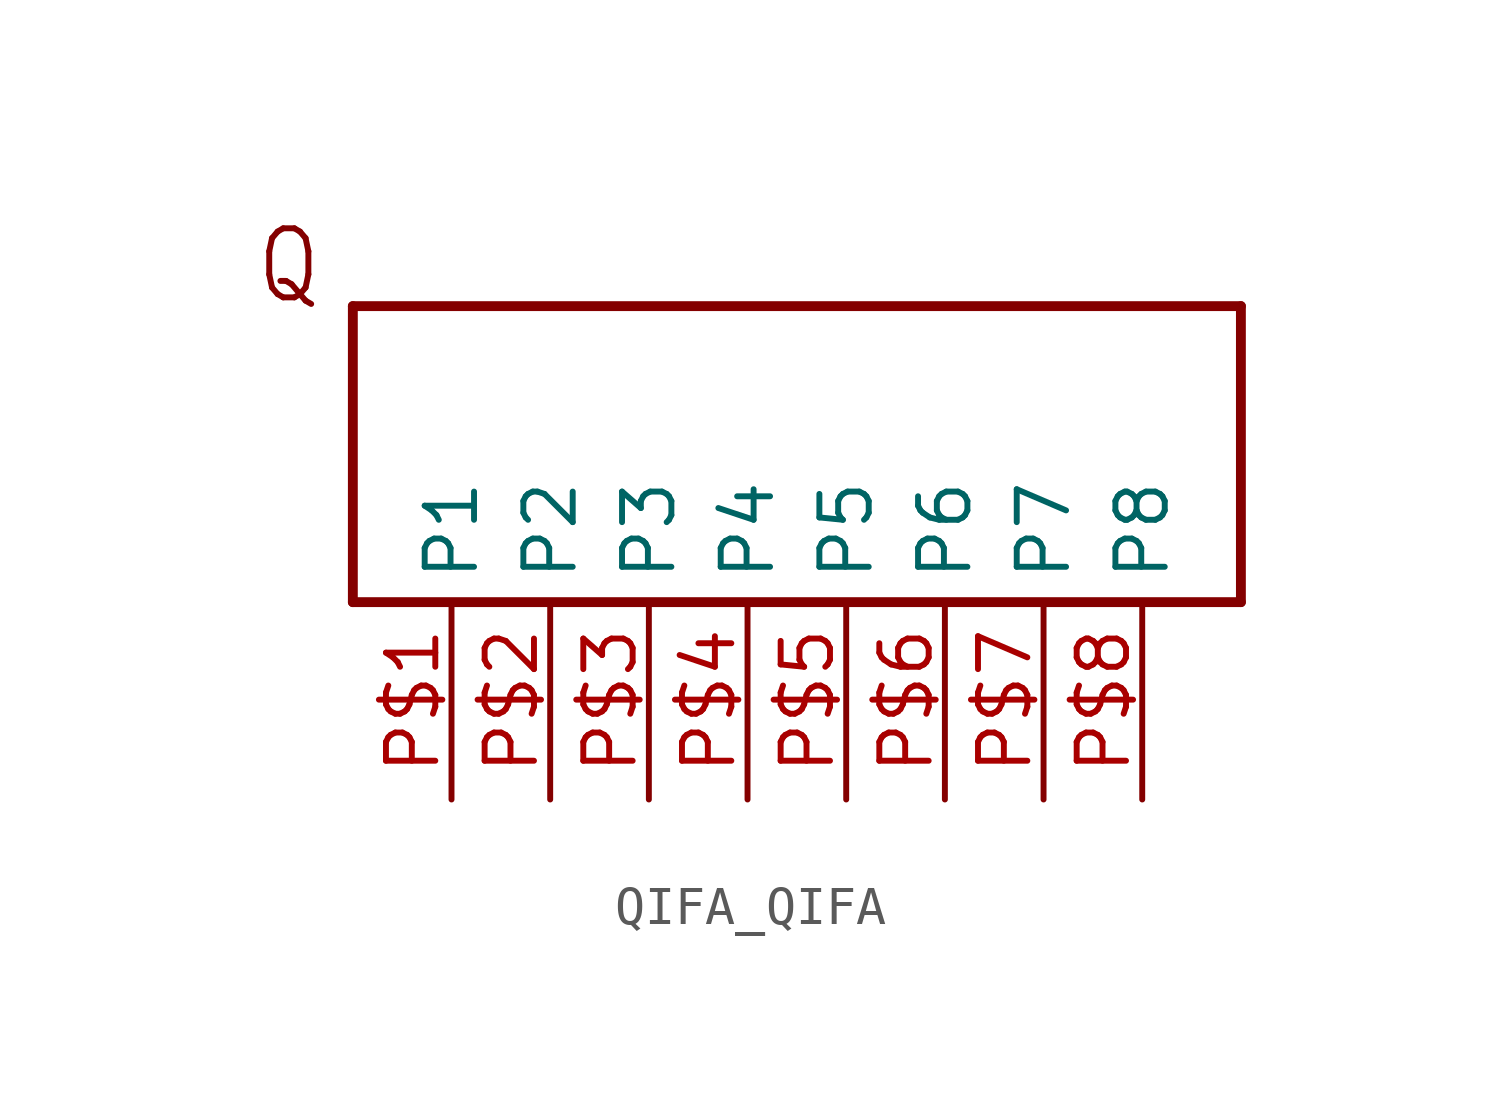
<source format=kicad_sym>
(kicad_symbol_lib
  (version 20211014)
  (generator kicad_symbol_editor)
  (symbol "QIFA_QIFA"
    (property "Reference" ""
      (at 0 0 0)
      (effects (font (size 1.27 1.27)) hide))
    (property "ki_locked" ""
      (at 0 0 0)
      (effects (font (size 1.27 1.27))))
    (symbol "QIFA_QIFA_1_0"
      (polyline (pts (xy 0 0) (xy 0 7.62)) (stroke (width 0.254) (type default) (color 0 0 0 0)) (fill (type none)))
      (polyline (pts (xy 0 7.62) (xy 22.86 7.62)) (stroke (width 0.254) (type default) (color 0 0 0 0)) (fill (type none)))
      (polyline (pts (xy 22.86 0) (xy 0 0)) (stroke (width 0.254) (type default) (color 0 0 0 0)) (fill (type none)))
      (polyline (pts (xy 22.86 7.62) (xy 22.86 0)) (stroke (width 0.254) (type default) (color 0 0 0 0)) (fill (type none)))
      (text "Q" (at -2.54 7.62 0) (effects (font (size 1.778 1.511)) (justify left bottom)))
      (pin bidirectional line (at 2.54 -5.08 90) (length 5.08) (name "P1" (effects (font (size 1.27 1.27)))) (number "P$1" (effects (font (size 1.27 1.27)))))
      (pin bidirectional line (at 5.08 -5.08 90) (length 5.08) (name "P2" (effects (font (size 1.27 1.27)))) (number "P$2" (effects (font (size 1.27 1.27)))))
      (pin bidirectional line (at 7.62 -5.08 90) (length 5.08) (name "P3" (effects (font (size 1.27 1.27)))) (number "P$3" (effects (font (size 1.27 1.27)))))
      (pin bidirectional line (at 10.16 -5.08 90) (length 5.08) (name "P4" (effects (font (size 1.27 1.27)))) (number "P$4" (effects (font (size 1.27 1.27)))))
      (pin bidirectional line (at 12.7 -5.08 90) (length 5.08) (name "P5" (effects (font (size 1.27 1.27)))) (number "P$5" (effects (font (size 1.27 1.27)))))
      (pin bidirectional line (at 15.24 -5.08 90) (length 5.08) (name "P6" (effects (font (size 1.27 1.27)))) (number "P$6" (effects (font (size 1.27 1.27)))))
      (pin bidirectional line (at 17.78 -5.08 90) (length 5.08) (name "P7" (effects (font (size 1.27 1.27)))) (number "P$7" (effects (font (size 1.27 1.27)))))
      (pin bidirectional line (at 20.32 -5.08 90) (length 5.08) (name "P8" (effects (font (size 1.27 1.27)))) (number "P$8" (effects (font (size 1.27 1.27))))))))
</source>
